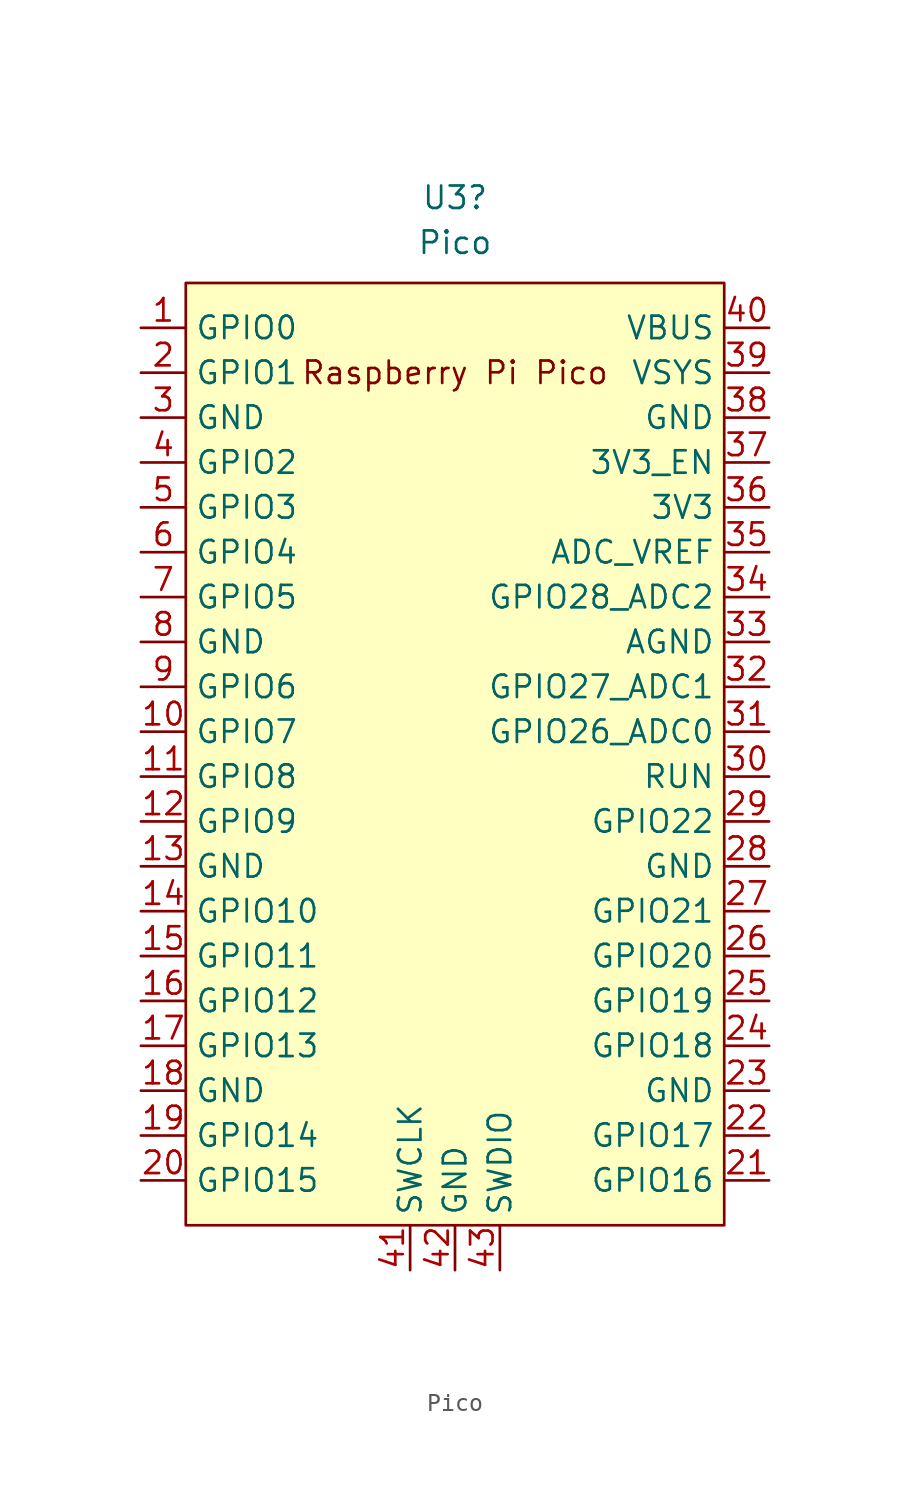
<source format=kicad_sym>
(kicad_symbol_lib
  (version 20211014)
  (generator kicad_symbol_editor)
  (symbol "Pico"
    (property "Reference" "U3"
      (at 0 31.496 0)
      (effects (font (size 1.27 1.27))))
    (property "Value" "Pico"
      (at 0 28.956 0)
      (effects (font (size 1.27 1.27))))
    (symbol "Pico_0_0"
      (text "Raspberry Pi Pico" (at 0 21.59 0) (effects (font (size 1.27 1.27)))))
    (symbol "Pico_0_1"
      (rectangle (start -15.24 26.67) (end 15.24 -26.67) (stroke (width 0) (type default) (color 0 0 0 0)) (fill (type background))))
    (symbol "Pico_1_1"
      (pin bidirectional line (at -17.78 24.13 0) (length 2.54) (name "GPIO0" (effects (font (size 1.27 1.27)))) (number "1" (effects (font (size 1.27 1.27)))))
      (pin bidirectional line (at -17.78 1.27 0) (length 2.54) (name "GPIO7" (effects (font (size 1.27 1.27)))) (number "10" (effects (font (size 1.27 1.27)))))
      (pin bidirectional line (at -17.78 -1.27 0) (length 2.54) (name "GPIO8" (effects (font (size 1.27 1.27)))) (number "11" (effects (font (size 1.27 1.27)))))
      (pin bidirectional line (at -17.78 -3.81 0) (length 2.54) (name "GPIO9" (effects (font (size 1.27 1.27)))) (number "12" (effects (font (size 1.27 1.27)))))
      (pin power_in line (at -17.78 -6.35 0) (length 2.54) (name "GND" (effects (font (size 1.27 1.27)))) (number "13" (effects (font (size 1.27 1.27)))))
      (pin bidirectional line (at -17.78 -8.89 0) (length 2.54) (name "GPIO10" (effects (font (size 1.27 1.27)))) (number "14" (effects (font (size 1.27 1.27)))))
      (pin bidirectional line (at -17.78 -11.43 0) (length 2.54) (name "GPIO11" (effects (font (size 1.27 1.27)))) (number "15" (effects (font (size 1.27 1.27)))))
      (pin bidirectional line (at -17.78 -13.97 0) (length 2.54) (name "GPIO12" (effects (font (size 1.27 1.27)))) (number "16" (effects (font (size 1.27 1.27)))))
      (pin bidirectional line (at -17.78 -16.51 0) (length 2.54) (name "GPIO13" (effects (font (size 1.27 1.27)))) (number "17" (effects (font (size 1.27 1.27)))))
      (pin power_in line (at -17.78 -19.05 0) (length 2.54) (name "GND" (effects (font (size 1.27 1.27)))) (number "18" (effects (font (size 1.27 1.27)))))
      (pin bidirectional line (at -17.78 -21.59 0) (length 2.54) (name "GPIO14" (effects (font (size 1.27 1.27)))) (number "19" (effects (font (size 1.27 1.27)))))
      (pin bidirectional line (at -17.78 21.59 0) (length 2.54) (name "GPIO1" (effects (font (size 1.27 1.27)))) (number "2" (effects (font (size 1.27 1.27)))))
      (pin bidirectional line (at -17.78 -24.13 0) (length 2.54) (name "GPIO15" (effects (font (size 1.27 1.27)))) (number "20" (effects (font (size 1.27 1.27)))))
      (pin bidirectional line (at 17.78 -24.13 180) (length 2.54) (name "GPIO16" (effects (font (size 1.27 1.27)))) (number "21" (effects (font (size 1.27 1.27)))))
      (pin bidirectional line (at 17.78 -21.59 180) (length 2.54) (name "GPIO17" (effects (font (size 1.27 1.27)))) (number "22" (effects (font (size 1.27 1.27)))))
      (pin power_in line (at 17.78 -19.05 180) (length 2.54) (name "GND" (effects (font (size 1.27 1.27)))) (number "23" (effects (font (size 1.27 1.27)))))
      (pin bidirectional line (at 17.78 -16.51 180) (length 2.54) (name "GPIO18" (effects (font (size 1.27 1.27)))) (number "24" (effects (font (size 1.27 1.27)))))
      (pin bidirectional line (at 17.78 -13.97 180) (length 2.54) (name "GPIO19" (effects (font (size 1.27 1.27)))) (number "25" (effects (font (size 1.27 1.27)))))
      (pin bidirectional line (at 17.78 -11.43 180) (length 2.54) (name "GPIO20" (effects (font (size 1.27 1.27)))) (number "26" (effects (font (size 1.27 1.27)))))
      (pin bidirectional line (at 17.78 -8.89 180) (length 2.54) (name "GPIO21" (effects (font (size 1.27 1.27)))) (number "27" (effects (font (size 1.27 1.27)))))
      (pin power_in line (at 17.78 -6.35 180) (length 2.54) (name "GND" (effects (font (size 1.27 1.27)))) (number "28" (effects (font (size 1.27 1.27)))))
      (pin bidirectional line (at 17.78 -3.81 180) (length 2.54) (name "GPIO22" (effects (font (size 1.27 1.27)))) (number "29" (effects (font (size 1.27 1.27)))))
      (pin power_in line (at -17.78 19.05 0) (length 2.54) (name "GND" (effects (font (size 1.27 1.27)))) (number "3" (effects (font (size 1.27 1.27)))))
      (pin input line (at 17.78 -1.27 180) (length 2.54) (name "RUN" (effects (font (size 1.27 1.27)))) (number "30" (effects (font (size 1.27 1.27)))))
      (pin bidirectional line (at 17.78 1.27 180) (length 2.54) (name "GPIO26_ADC0" (effects (font (size 1.27 1.27)))) (number "31" (effects (font (size 1.27 1.27)))))
      (pin bidirectional line (at 17.78 3.81 180) (length 2.54) (name "GPIO27_ADC1" (effects (font (size 1.27 1.27)))) (number "32" (effects (font (size 1.27 1.27)))))
      (pin power_in line (at 17.78 6.35 180) (length 2.54) (name "AGND" (effects (font (size 1.27 1.27)))) (number "33" (effects (font (size 1.27 1.27)))))
      (pin bidirectional line (at 17.78 8.89 180) (length 2.54) (name "GPIO28_ADC2" (effects (font (size 1.27 1.27)))) (number "34" (effects (font (size 1.27 1.27)))))
      (pin power_in line (at 17.78 11.43 180) (length 2.54) (name "ADC_VREF" (effects (font (size 1.27 1.27)))) (number "35" (effects (font (size 1.27 1.27)))))
      (pin power_in line (at 17.78 13.97 180) (length 2.54) (name "3V3" (effects (font (size 1.27 1.27)))) (number "36" (effects (font (size 1.27 1.27)))))
      (pin input line (at 17.78 16.51 180) (length 2.54) (name "3V3_EN" (effects (font (size 1.27 1.27)))) (number "37" (effects (font (size 1.27 1.27)))))
      (pin power_in line (at 17.78 19.05 180) (length 2.54) (name "GND" (effects (font (size 1.27 1.27)))) (number "38" (effects (font (size 1.27 1.27)))))
      (pin power_in line (at 17.78 21.59 180) (length 2.54) (name "VSYS" (effects (font (size 1.27 1.27)))) (number "39" (effects (font (size 1.27 1.27)))))
      (pin bidirectional line (at -17.78 16.51 0) (length 2.54) (name "GPIO2" (effects (font (size 1.27 1.27)))) (number "4" (effects (font (size 1.27 1.27)))))
      (pin power_in line (at 17.78 24.13 180) (length 2.54) (name "VBUS" (effects (font (size 1.27 1.27)))) (number "40" (effects (font (size 1.27 1.27)))))
      (pin input line (at -2.54 -29.21 90) (length 2.54) (name "SWCLK" (effects (font (size 1.27 1.27)))) (number "41" (effects (font (size 1.27 1.27)))))
      (pin power_in line (at 0 -29.21 90) (length 2.54) (name "GND" (effects (font (size 1.27 1.27)))) (number "42" (effects (font (size 1.27 1.27)))))
      (pin bidirectional line (at 2.54 -29.21 90) (length 2.54) (name "SWDIO" (effects (font (size 1.27 1.27)))) (number "43" (effects (font (size 1.27 1.27)))))
      (pin bidirectional line (at -17.78 13.97 0) (length 2.54) (name "GPIO3" (effects (font (size 1.27 1.27)))) (number "5" (effects (font (size 1.27 1.27)))))
      (pin bidirectional line (at -17.78 11.43 0) (length 2.54) (name "GPIO4" (effects (font (size 1.27 1.27)))) (number "6" (effects (font (size 1.27 1.27)))))
      (pin bidirectional line (at -17.78 8.89 0) (length 2.54) (name "GPIO5" (effects (font (size 1.27 1.27)))) (number "7" (effects (font (size 1.27 1.27)))))
      (pin power_in line (at -17.78 6.35 0) (length 2.54) (name "GND" (effects (font (size 1.27 1.27)))) (number "8" (effects (font (size 1.27 1.27)))))
      (pin bidirectional line (at -17.78 3.81 0) (length 2.54) (name "GPIO6" (effects (font (size 1.27 1.27)))) (number "9" (effects (font (size 1.27 1.27))))))))
</source>
